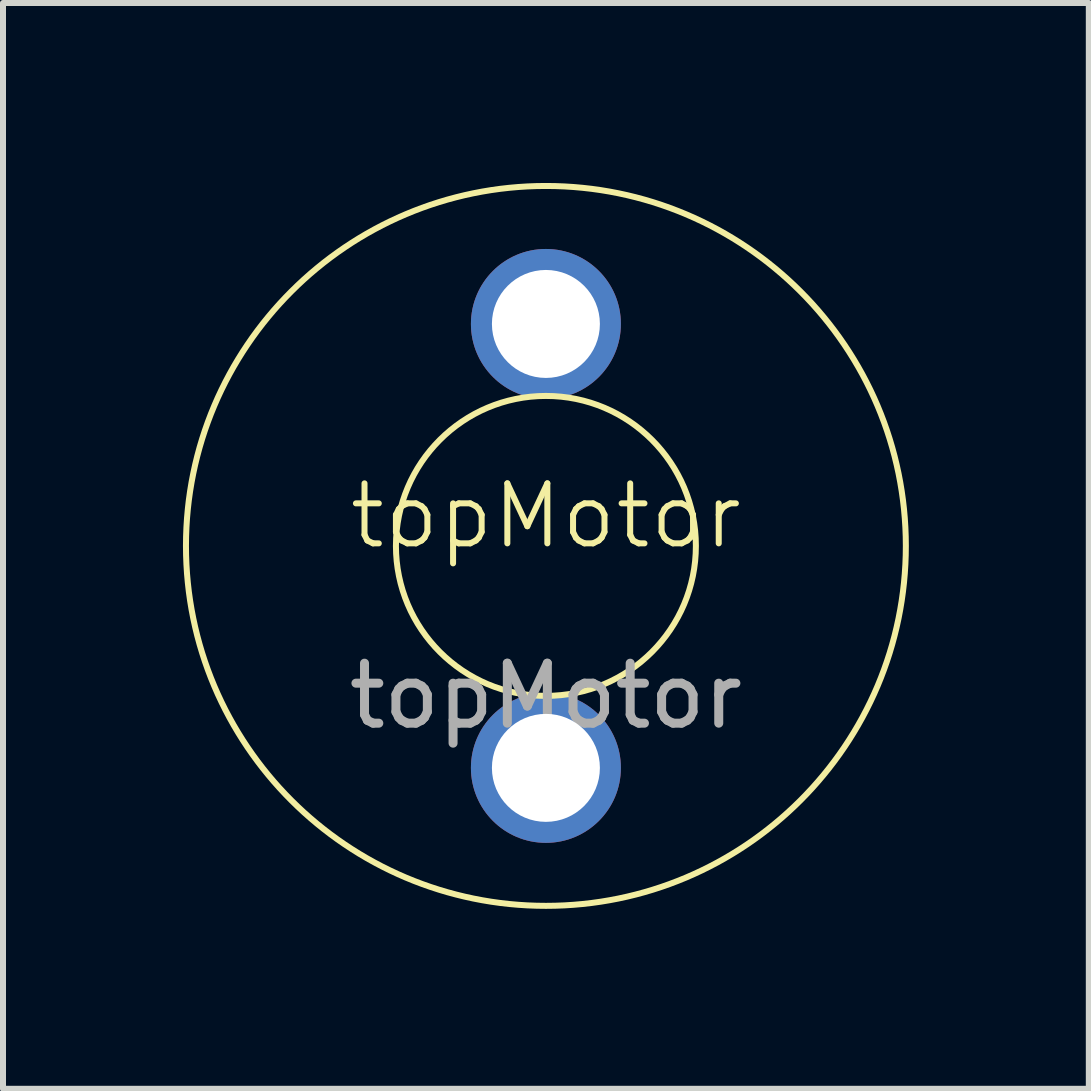
<source format=kicad_pcb>
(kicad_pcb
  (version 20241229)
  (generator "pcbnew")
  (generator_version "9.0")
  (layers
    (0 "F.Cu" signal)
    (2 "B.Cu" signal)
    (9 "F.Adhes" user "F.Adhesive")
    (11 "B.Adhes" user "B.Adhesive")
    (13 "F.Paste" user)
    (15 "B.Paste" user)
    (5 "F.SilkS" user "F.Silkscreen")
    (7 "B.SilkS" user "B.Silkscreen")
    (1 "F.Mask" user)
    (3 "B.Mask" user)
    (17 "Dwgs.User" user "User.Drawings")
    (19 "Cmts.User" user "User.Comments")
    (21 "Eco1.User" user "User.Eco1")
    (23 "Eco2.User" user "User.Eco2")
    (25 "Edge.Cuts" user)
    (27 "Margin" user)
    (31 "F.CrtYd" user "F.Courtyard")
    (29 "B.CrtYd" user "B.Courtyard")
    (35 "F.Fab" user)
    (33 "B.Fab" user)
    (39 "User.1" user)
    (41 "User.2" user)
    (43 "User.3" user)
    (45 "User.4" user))
  (footprint "topMotor"
    (layer "F.Cu")
    (at 6.05 6.05)
    (property "Reference" "topMotor" (at 0 -0.5 0) (unlocked yes) (layer "F.SilkS") (effects (font (size 1 1) (thickness 0.1))))
    (attr smd)
    (fp_circle (center 0 0) (end 2.5 0) (stroke (width 0.1) (type default)) (fill no) (layer "F.SilkS"))
    (fp_circle (center 0 0) (end 6 0) (stroke (width 0.1) (type default)) (fill no) (layer "F.SilkS"))
    (fp_text user "${REFERENCE}" (at 0 2.5 0) (unlocked yes) (layer "F.Fab") (effects (font (size 1 1) (thickness 0.15))))
    (pad "1" thru_hole circle (at 0 -3.7) (size 2.5 2.5) (drill 1.8) (layers "*.Cu" "*.Mask"))
    (pad "2" thru_hole circle (at 0 3.7) (size 2.5 2.5) (drill 1.8) (layers "*.Cu" "*.Mask")))
  (gr_rect
    (start -3 -3)
    (end 15.1 15.1)
    (stroke (width 0.1) (type default))
    (fill no)
    (layer "Edge.Cuts")))
</source>
